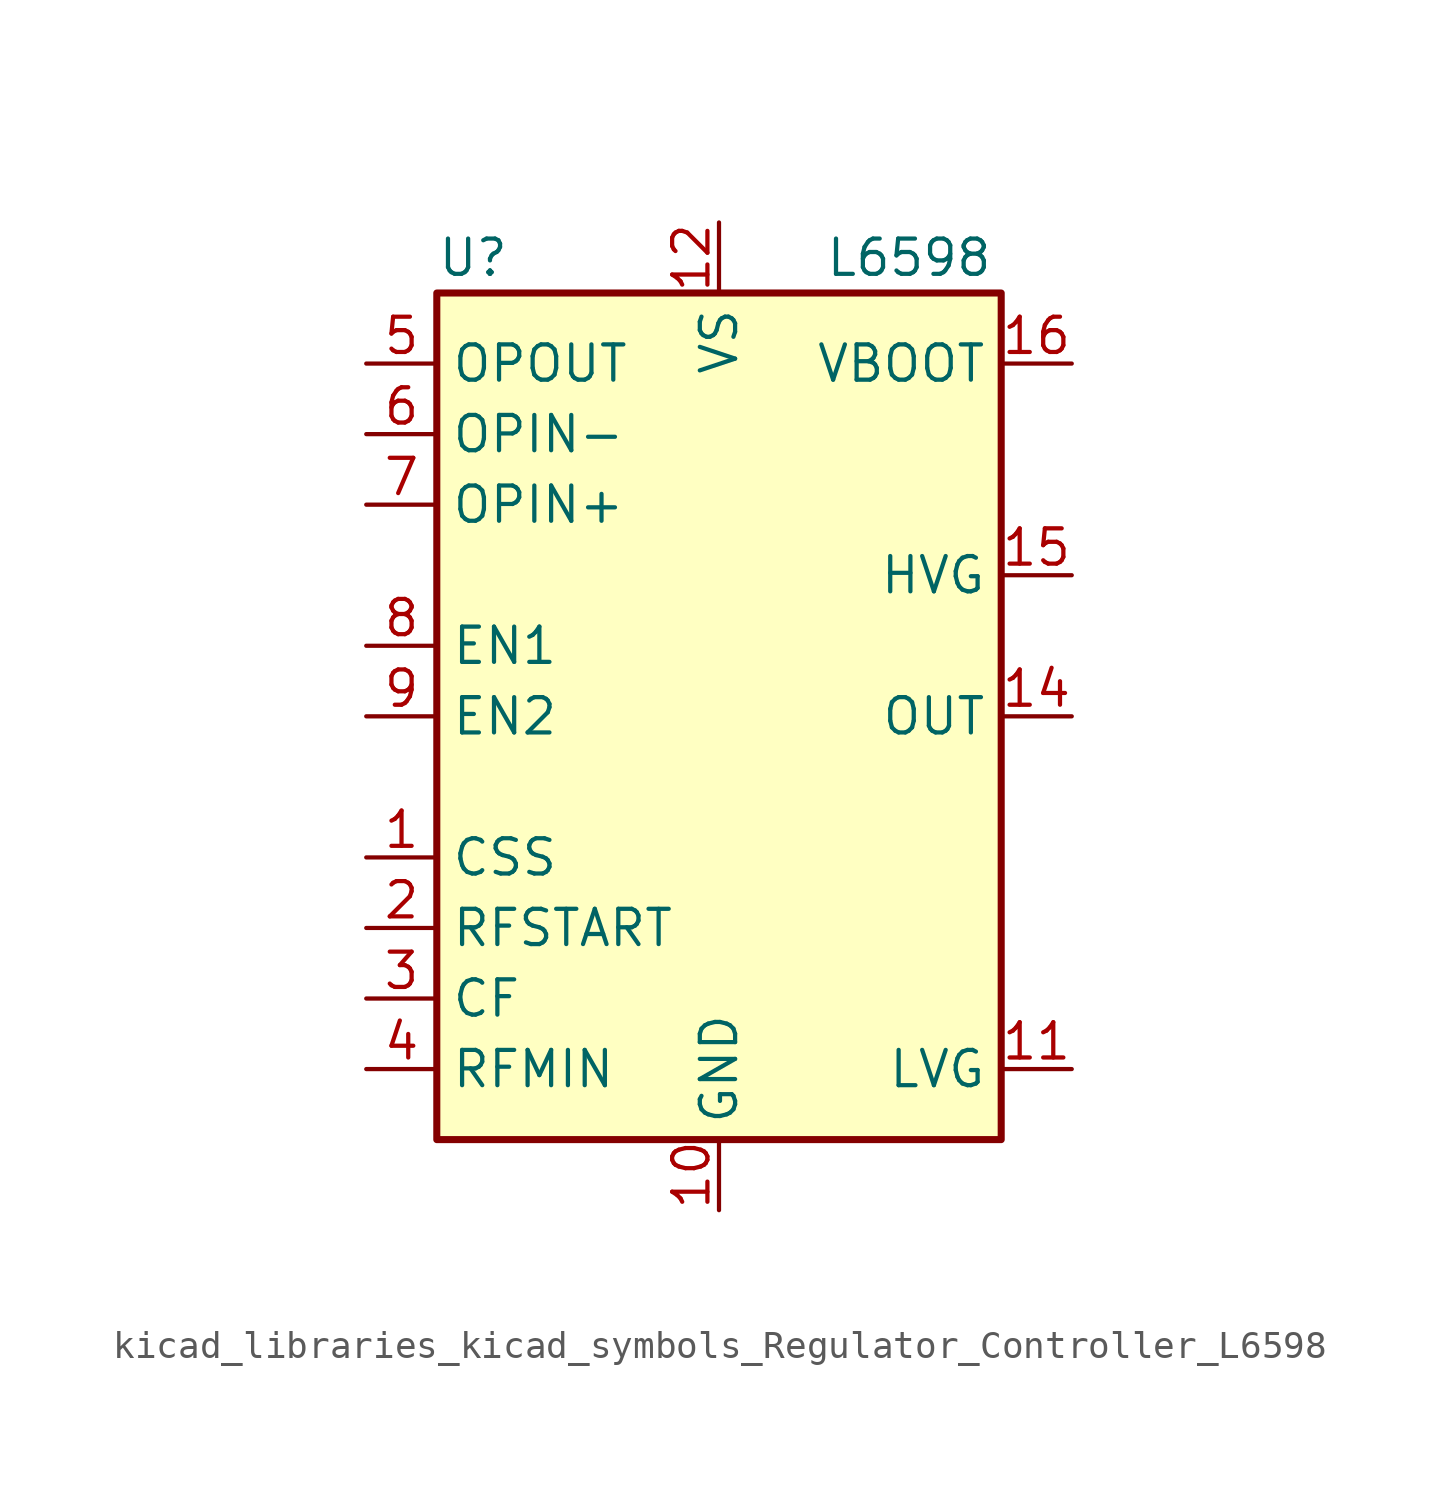
<source format=kicad_sym>
(kicad_symbol_lib
  (version 20220914)
  (generator kicad_symbol_editor)
  (symbol "kicad_libraries_kicad_symbols_Regulator_Controller_L6598"
    (property "Reference" "U"
      (at -10.16 16.51 0)
      (effects (font (size 1.27 1.27)) (justify left)))
    (property "Value" "L6598"
      (at 3.81 16.51 0)
      (effects (font (size 1.27 1.27)) (justify left)))
    (symbol "kicad_libraries_kicad_symbols_Regulator_Controller_L6598_0_0"
      (rectangle (start -10.16 15.24) (end 10.16 -15.24) (stroke (width 0.254) (type default)) (fill (type background))))
    (symbol "kicad_libraries_kicad_symbols_Regulator_Controller_L6598_1_1"
      (pin passive line (at -12.7 -5.08 0) (length 2.54) (name "CSS" (effects (font (size 1.27 1.27)))) (number "1" (effects (font (size 1.27 1.27)))))
      (pin power_in line (at 0 -17.78 90) (length 2.54) (name "GND" (effects (font (size 1.27 1.27)))) (number "10" (effects (font (size 1.27 1.27)))))
      (pin output line (at 12.7 -12.7 180) (length 2.54) (name "LVG" (effects (font (size 1.27 1.27)))) (number "11" (effects (font (size 1.27 1.27)))))
      (pin power_in line (at 0 17.78 270) (length 2.54) (name "VS" (effects (font (size 1.27 1.27)))) (number "12" (effects (font (size 1.27 1.27)))))
      (pin no_connect line (at 10.16 10.16 180) (length 2.54) hide (name "NC" (effects (font (size 1.27 1.27)))) (number "13" (effects (font (size 1.27 1.27)))))
      (pin input line (at 12.7 0 180) (length 2.54) (name "OUT" (effects (font (size 1.27 1.27)))) (number "14" (effects (font (size 1.27 1.27)))))
      (pin output line (at 12.7 5.08 180) (length 2.54) (name "HVG" (effects (font (size 1.27 1.27)))) (number "15" (effects (font (size 1.27 1.27)))))
      (pin input line (at 12.7 12.7 180) (length 2.54) (name "VBOOT" (effects (font (size 1.27 1.27)))) (number "16" (effects (font (size 1.27 1.27)))))
      (pin passive line (at -12.7 -7.62 0) (length 2.54) (name "RFSTART" (effects (font (size 1.27 1.27)))) (number "2" (effects (font (size 1.27 1.27)))))
      (pin passive line (at -12.7 -10.16 0) (length 2.54) (name "CF" (effects (font (size 1.27 1.27)))) (number "3" (effects (font (size 1.27 1.27)))))
      (pin passive line (at -12.7 -12.7 0) (length 2.54) (name "RFMIN" (effects (font (size 1.27 1.27)))) (number "4" (effects (font (size 1.27 1.27)))))
      (pin output line (at -12.7 12.7 0) (length 2.54) (name "OPOUT" (effects (font (size 1.27 1.27)))) (number "5" (effects (font (size 1.27 1.27)))))
      (pin input line (at -12.7 10.16 0) (length 2.54) (name "OPIN-" (effects (font (size 1.27 1.27)))) (number "6" (effects (font (size 1.27 1.27)))))
      (pin input line (at -12.7 7.62 0) (length 2.54) (name "OPIN+" (effects (font (size 1.27 1.27)))) (number "7" (effects (font (size 1.27 1.27)))))
      (pin input line (at -12.7 2.54 0) (length 2.54) (name "EN1" (effects (font (size 1.27 1.27)))) (number "8" (effects (font (size 1.27 1.27)))))
      (pin input line (at -12.7 0 0) (length 2.54) (name "EN2" (effects (font (size 1.27 1.27)))) (number "9" (effects (font (size 1.27 1.27))))))))
</source>
